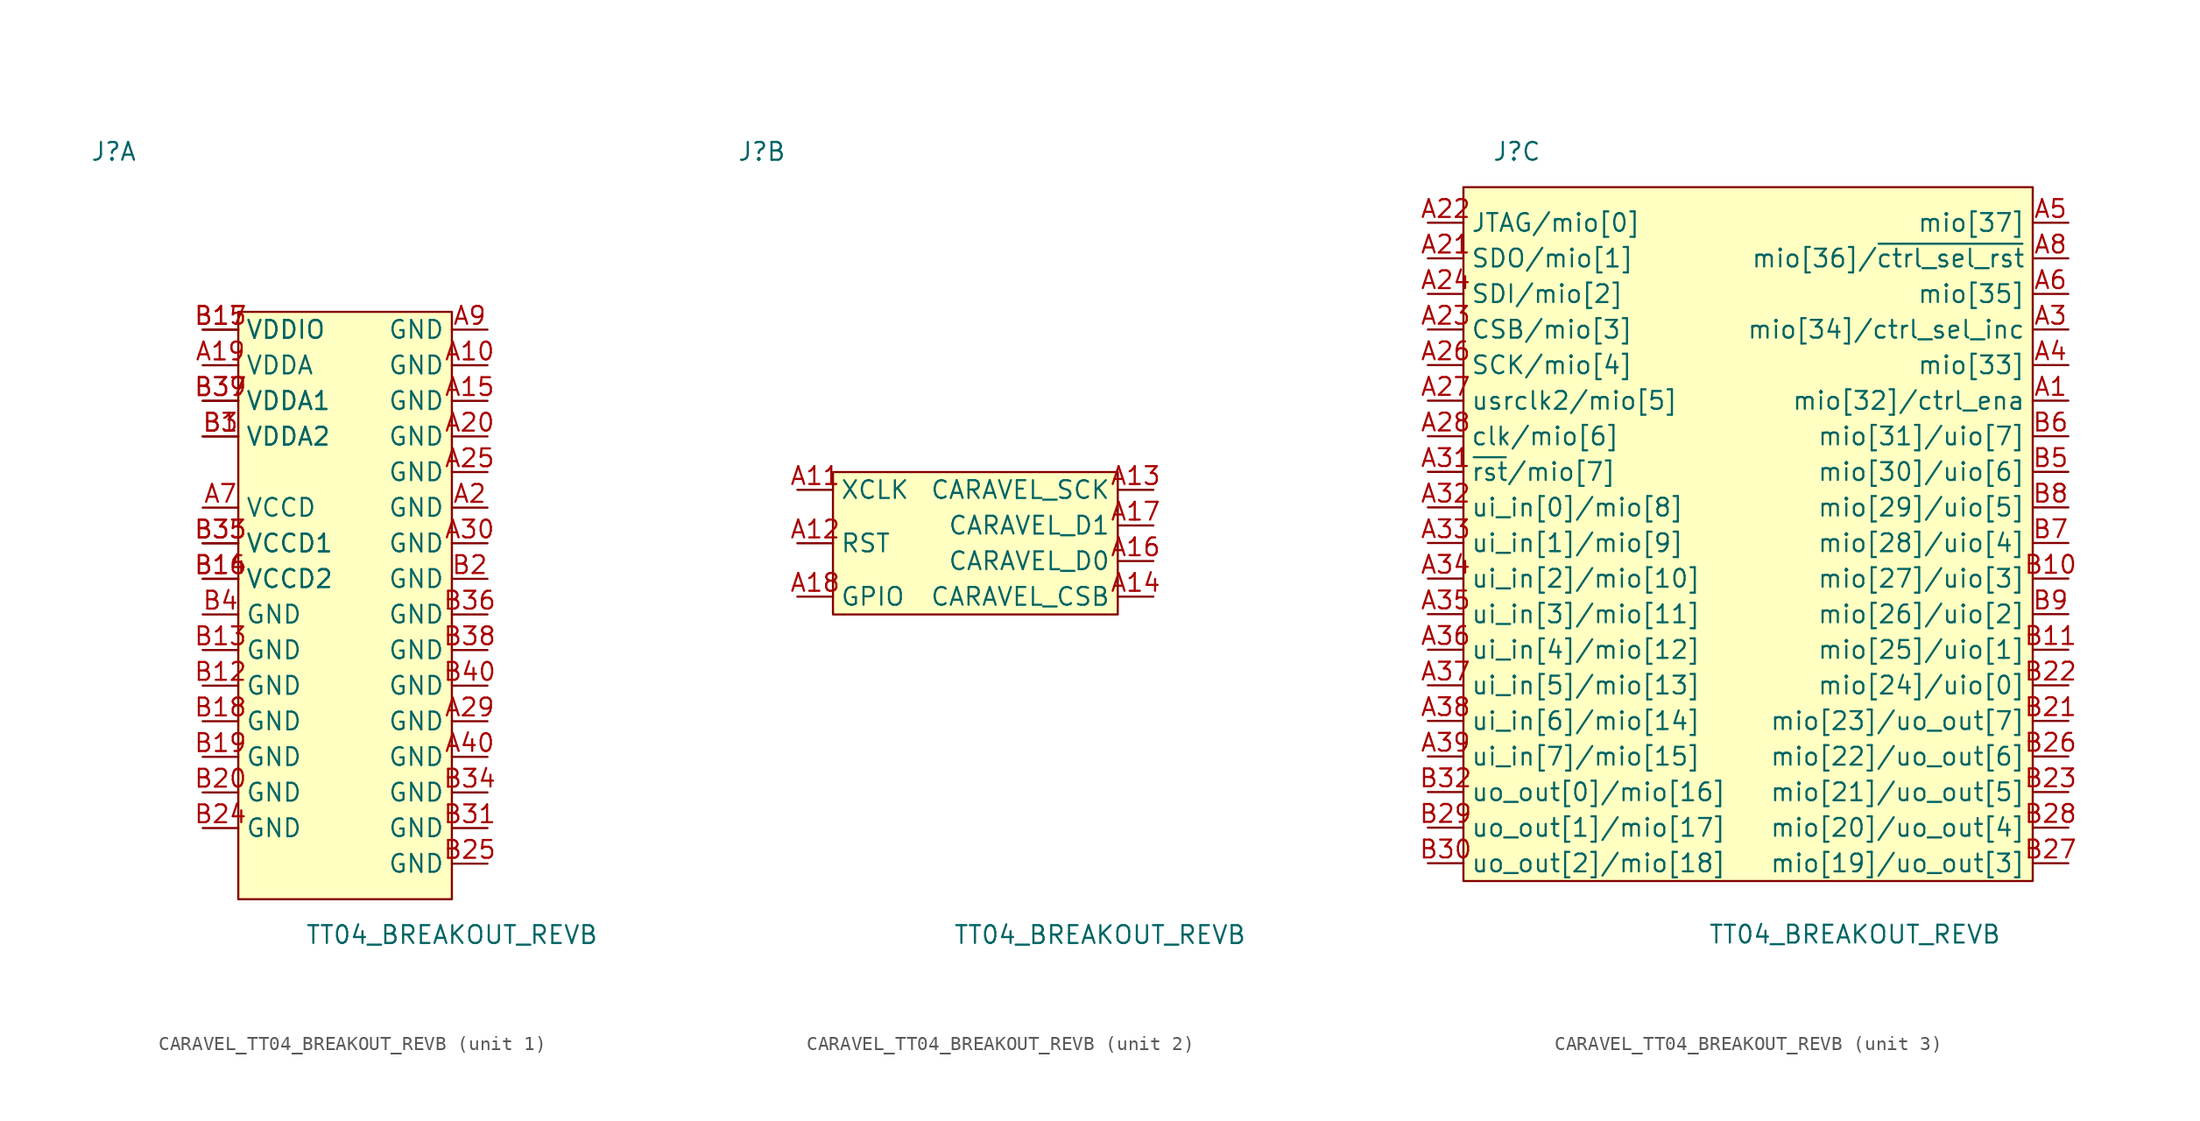
<source format=kicad_sym>
(kicad_symbol_lib
  (version 20231120)
  (generator "kicad_symbol_editor")
  (generator_version "8.0")
  (symbol "CARAVEL_TT04_BREAKOUT_REVB"
    (property "Reference" "J"
      (at -16.51 25.4 0)
      (effects (font (size 1.27 1.27))))
    (property "Value" "TT04_BREAKOUT_REVB"
      (at 7.62 -30.48 0)
      (effects (font (size 1.27 1.27))))
    (property "ki_locked" ""
      (at 0 0 0)
      (effects (font (size 1.27 1.27))))
    (symbol "CARAVEL_TT04_BREAKOUT_REVB_1_1"
      (rectangle (start -7.62 13.97) (end 7.62 -27.94) (stroke (width 0) (type default)) (fill (type background)))
      (pin power_in line (at 10.16 10.16 180) (length 2.54) (name "GND" (effects (font (size 1.27 1.27)))) (number "A10" (effects (font (size 1.27 1.27)))))
      (pin power_in line (at 10.16 7.62 180) (length 2.54) (name "GND" (effects (font (size 1.27 1.27)))) (number "A15" (effects (font (size 1.27 1.27)))))
      (pin power_in line (at -10.16 10.16 0) (length 2.54) (name "VDDA" (effects (font (size 1.27 1.27)))) (number "A19" (effects (font (size 1.27 1.27)))))
      (pin power_in line (at 10.16 0 180) (length 2.54) (name "GND" (effects (font (size 1.27 1.27)))) (number "A2" (effects (font (size 1.27 1.27)))))
      (pin power_in line (at 10.16 5.08 180) (length 2.54) (name "GND" (effects (font (size 1.27 1.27)))) (number "A20" (effects (font (size 1.27 1.27)))))
      (pin power_in line (at 10.16 2.54 180) (length 2.54) (name "GND" (effects (font (size 1.27 1.27)))) (number "A25" (effects (font (size 1.27 1.27)))))
      (pin power_in line (at 10.16 -15.24 180) (length 2.54) (name "GND" (effects (font (size 1.27 1.27)))) (number "A29" (effects (font (size 1.27 1.27)))))
      (pin power_in line (at 10.16 -2.54 180) (length 2.54) (name "GND" (effects (font (size 1.27 1.27)))) (number "A30" (effects (font (size 1.27 1.27)))))
      (pin power_in line (at 10.16 -17.78 180) (length 2.54) (name "GND" (effects (font (size 1.27 1.27)))) (number "A40" (effects (font (size 1.27 1.27)))))
      (pin power_in line (at -10.16 0 0) (length 2.54) (name "VCCD" (effects (font (size 1.27 1.27)))) (number "A7" (effects (font (size 1.27 1.27)))))
      (pin power_in line (at 10.16 12.7 180) (length 2.54) (name "GND" (effects (font (size 1.27 1.27)))) (number "A9" (effects (font (size 1.27 1.27)))))
      (pin power_in line (at -10.16 5.08 0) (length 2.54) (name "VDDA2" (effects (font (size 1.27 1.27)))) (number "B1" (effects (font (size 1.27 1.27)))))
      (pin power_in line (at -10.16 -12.7 0) (length 2.54) (name "GND" (effects (font (size 1.27 1.27)))) (number "B12" (effects (font (size 1.27 1.27)))))
      (pin power_in line (at -10.16 -10.16 0) (length 2.54) (name "GND" (effects (font (size 1.27 1.27)))) (number "B13" (effects (font (size 1.27 1.27)))))
      (pin power_in line (at -10.16 -5.08 0) (length 2.54) (name "VCCD2" (effects (font (size 1.27 1.27)))) (number "B14" (effects (font (size 1.27 1.27)))))
      (pin power_in line (at -10.16 12.7 0) (length 2.54) (name "VDDIO" (effects (font (size 1.27 1.27)))) (number "B15" (effects (font (size 1.27 1.27)))))
      (pin power_in line (at -10.16 -5.08 0) (length 2.54) (name "VCCD2" (effects (font (size 1.27 1.27)))) (number "B16" (effects (font (size 1.27 1.27)))))
      (pin power_in line (at -10.16 12.7 0) (length 2.54) (name "VDDIO" (effects (font (size 1.27 1.27)))) (number "B17" (effects (font (size 1.27 1.27)))))
      (pin power_in line (at -10.16 -15.24 0) (length 2.54) (name "GND" (effects (font (size 1.27 1.27)))) (number "B18" (effects (font (size 1.27 1.27)))))
      (pin power_in line (at -10.16 -17.78 0) (length 2.54) (name "GND" (effects (font (size 1.27 1.27)))) (number "B19" (effects (font (size 1.27 1.27)))))
      (pin power_in line (at 10.16 -5.08 180) (length 2.54) (name "GND" (effects (font (size 1.27 1.27)))) (number "B2" (effects (font (size 1.27 1.27)))))
      (pin power_in line (at -10.16 -20.32 0) (length 2.54) (name "GND" (effects (font (size 1.27 1.27)))) (number "B20" (effects (font (size 1.27 1.27)))))
      (pin power_in line (at -10.16 -22.86 0) (length 2.54) (name "GND" (effects (font (size 1.27 1.27)))) (number "B24" (effects (font (size 1.27 1.27)))))
      (pin power_in line (at 10.16 -25.4 180) (length 2.54) (name "GND" (effects (font (size 1.27 1.27)))) (number "B25" (effects (font (size 1.27 1.27)))))
      (pin power_in line (at -10.16 5.08 0) (length 2.54) (name "VDDA2" (effects (font (size 1.27 1.27)))) (number "B3" (effects (font (size 1.27 1.27)))))
      (pin power_in line (at 10.16 -22.86 180) (length 2.54) (name "GND" (effects (font (size 1.27 1.27)))) (number "B31" (effects (font (size 1.27 1.27)))))
      (pin power_in line (at -10.16 -2.54 0) (length 2.54) (name "VCCD1" (effects (font (size 1.27 1.27)))) (number "B33" (effects (font (size 1.27 1.27)))))
      (pin power_in line (at 10.16 -20.32 180) (length 2.54) (name "GND" (effects (font (size 1.27 1.27)))) (number "B34" (effects (font (size 1.27 1.27)))))
      (pin power_in line (at -10.16 -2.54 0) (length 2.54) (name "VCCD1" (effects (font (size 1.27 1.27)))) (number "B35" (effects (font (size 1.27 1.27)))))
      (pin power_in line (at 10.16 -7.62 180) (length 2.54) (name "GND" (effects (font (size 1.27 1.27)))) (number "B36" (effects (font (size 1.27 1.27)))))
      (pin power_in line (at -10.16 7.62 0) (length 2.54) (name "VDDA1" (effects (font (size 1.27 1.27)))) (number "B37" (effects (font (size 1.27 1.27)))))
      (pin power_in line (at 10.16 -10.16 180) (length 2.54) (name "GND" (effects (font (size 1.27 1.27)))) (number "B38" (effects (font (size 1.27 1.27)))))
      (pin power_in line (at -10.16 7.62 0) (length 2.54) (name "VDDA1" (effects (font (size 1.27 1.27)))) (number "B39" (effects (font (size 1.27 1.27)))))
      (pin power_in line (at -10.16 -7.62 0) (length 2.54) (name "GND" (effects (font (size 1.27 1.27)))) (number "B4" (effects (font (size 1.27 1.27)))))
      (pin power_in line (at 10.16 -12.7 180) (length 2.54) (name "GND" (effects (font (size 1.27 1.27)))) (number "B40" (effects (font (size 1.27 1.27))))))
    (symbol "CARAVEL_TT04_BREAKOUT_REVB_2_1"
      (rectangle (start -11.43 2.54) (end 8.89 -7.62) (stroke (width 0) (type default)) (fill (type background)))
      (pin input line (at -13.97 1.27 0) (length 2.54) (name "XCLK" (effects (font (size 1.27 1.27)))) (number "A11" (effects (font (size 1.27 1.27)))))
      (pin input line (at -13.97 -2.54 0) (length 2.54) (name "RST" (effects (font (size 1.27 1.27)))) (number "A12" (effects (font (size 1.27 1.27)))))
      (pin input line (at 11.43 1.27 180) (length 2.54) (name "CARAVEL_SCK" (effects (font (size 1.27 1.27)))) (number "A13" (effects (font (size 1.27 1.27)))))
      (pin input line (at 11.43 -6.35 180) (length 2.54) (name "CARAVEL_CSB" (effects (font (size 1.27 1.27)))) (number "A14" (effects (font (size 1.27 1.27)))))
      (pin bidirectional line (at 11.43 -3.81 180) (length 2.54) (name "CARAVEL_D0" (effects (font (size 1.27 1.27)))) (number "A16" (effects (font (size 1.27 1.27)))))
      (pin bidirectional line (at 11.43 -1.27 180) (length 2.54) (name "CARAVEL_D1" (effects (font (size 1.27 1.27)))) (number "A17" (effects (font (size 1.27 1.27)))))
      (pin input line (at -13.97 -6.35 0) (length 2.54) (name "GPIO" (effects (font (size 1.27 1.27)))) (number "A18" (effects (font (size 1.27 1.27))))))
    (symbol "CARAVEL_TT04_BREAKOUT_REVB_3_1"
      (rectangle (start -20.32 22.86) (end 20.32 -26.67) (stroke (width 0) (type default)) (fill (type background)))
      (pin input line (at 22.86 7.62 180) (length 2.54) (name "mio[32]/ctrl_ena" (effects (font (size 1.27 1.27)))) (number "A1" (effects (font (size 1.27 1.27)))))
      (pin bidirectional line (at -22.86 17.78 0) (length 2.54) (name "SDO/mio[1]" (effects (font (size 1.27 1.27)))) (number "A21" (effects (font (size 1.27 1.27)))))
      (pin bidirectional line (at -22.86 20.32 0) (length 2.54) (name "JTAG/mio[0]" (effects (font (size 1.27 1.27)))) (number "A22" (effects (font (size 1.27 1.27)))))
      (pin bidirectional line (at -22.86 12.7 0) (length 2.54) (name "CSB/mio[3]" (effects (font (size 1.27 1.27)))) (number "A23" (effects (font (size 1.27 1.27)))))
      (pin bidirectional line (at -22.86 15.24 0) (length 2.54) (name "SDI/mio[2]" (effects (font (size 1.27 1.27)))) (number "A24" (effects (font (size 1.27 1.27)))))
      (pin bidirectional line (at -22.86 10.16 0) (length 2.54) (name "SCK/mio[4]" (effects (font (size 1.27 1.27)))) (number "A26" (effects (font (size 1.27 1.27)))))
      (pin output line (at -22.86 7.62 0) (length 2.54) (name "usrclk2/mio[5]" (effects (font (size 1.27 1.27)))) (number "A27" (effects (font (size 1.27 1.27)))))
      (pin input line (at -22.86 5.08 0) (length 2.54) (name "clk/mio[6]" (effects (font (size 1.27 1.27)))) (number "A28" (effects (font (size 1.27 1.27)))))
      (pin input line (at 22.86 12.7 180) (length 2.54) (name "mio[34]/ctrl_sel_inc" (effects (font (size 1.27 1.27)))) (number "A3" (effects (font (size 1.27 1.27)))))
      (pin input line (at -22.86 2.54 0) (length 2.54) (name "~{rst}/mio[7]" (effects (font (size 1.27 1.27)))) (number "A31" (effects (font (size 1.27 1.27)))))
      (pin input line (at -22.86 0 0) (length 2.54) (name "ui_in[0]/mio[8]" (effects (font (size 1.27 1.27)))) (number "A32" (effects (font (size 1.27 1.27)))))
      (pin input line (at -22.86 -2.54 0) (length 2.54) (name "ui_in[1]/mio[9]" (effects (font (size 1.27 1.27)))) (number "A33" (effects (font (size 1.27 1.27)))))
      (pin input line (at -22.86 -5.08 0) (length 2.54) (name "ui_in[2]/mio[10]" (effects (font (size 1.27 1.27)))) (number "A34" (effects (font (size 1.27 1.27)))))
      (pin input line (at -22.86 -7.62 0) (length 2.54) (name "ui_in[3]/mio[11]" (effects (font (size 1.27 1.27)))) (number "A35" (effects (font (size 1.27 1.27)))))
      (pin input line (at -22.86 -10.16 0) (length 2.54) (name "ui_in[4]/mio[12]" (effects (font (size 1.27 1.27)))) (number "A36" (effects (font (size 1.27 1.27)))))
      (pin input line (at -22.86 -12.7 0) (length 2.54) (name "ui_in[5]/mio[13]" (effects (font (size 1.27 1.27)))) (number "A37" (effects (font (size 1.27 1.27)))))
      (pin input line (at -22.86 -15.24 0) (length 2.54) (name "ui_in[6]/mio[14]" (effects (font (size 1.27 1.27)))) (number "A38" (effects (font (size 1.27 1.27)))))
      (pin input line (at -22.86 -17.78 0) (length 2.54) (name "ui_in[7]/mio[15]" (effects (font (size 1.27 1.27)))) (number "A39" (effects (font (size 1.27 1.27)))))
      (pin bidirectional line (at 22.86 10.16 180) (length 2.54) (name "mio[33]" (effects (font (size 1.27 1.27)))) (number "A4" (effects (font (size 1.27 1.27)))))
      (pin bidirectional line (at 22.86 20.32 180) (length 2.54) (name "mio[37]" (effects (font (size 1.27 1.27)))) (number "A5" (effects (font (size 1.27 1.27)))))
      (pin bidirectional line (at 22.86 15.24 180) (length 2.54) (name "mio[35]" (effects (font (size 1.27 1.27)))) (number "A6" (effects (font (size 1.27 1.27)))))
      (pin input line (at 22.86 17.78 180) (length 2.54) (name "mio[36]/~{ctrl_sel_rst}" (effects (font (size 1.27 1.27)))) (number "A8" (effects (font (size 1.27 1.27)))))
      (pin bidirectional line (at 22.86 -5.08 180) (length 2.54) (name "mio[27]/uio[3]" (effects (font (size 1.27 1.27)))) (number "B10" (effects (font (size 1.27 1.27)))))
      (pin bidirectional line (at 22.86 -10.16 180) (length 2.54) (name "mio[25]/uio[1]" (effects (font (size 1.27 1.27)))) (number "B11" (effects (font (size 1.27 1.27)))))
      (pin output line (at 22.86 -15.24 180) (length 2.54) (name "mio[23]/uo_out[7]" (effects (font (size 1.27 1.27)))) (number "B21" (effects (font (size 1.27 1.27)))))
      (pin bidirectional line (at 22.86 -12.7 180) (length 2.54) (name "mio[24]/uio[0]" (effects (font (size 1.27 1.27)))) (number "B22" (effects (font (size 1.27 1.27)))))
      (pin output line (at 22.86 -20.32 180) (length 2.54) (name "mio[21]/uo_out[5]" (effects (font (size 1.27 1.27)))) (number "B23" (effects (font (size 1.27 1.27)))))
      (pin output line (at 22.86 -17.78 180) (length 2.54) (name "mio[22]/uo_out[6]" (effects (font (size 1.27 1.27)))) (number "B26" (effects (font (size 1.27 1.27)))))
      (pin output line (at 22.86 -25.4 180) (length 2.54) (name "mio[19]/uo_out[3]" (effects (font (size 1.27 1.27)))) (number "B27" (effects (font (size 1.27 1.27)))))
      (pin output line (at 22.86 -22.86 180) (length 2.54) (name "mio[20]/uo_out[4]" (effects (font (size 1.27 1.27)))) (number "B28" (effects (font (size 1.27 1.27)))))
      (pin output line (at -22.86 -22.86 0) (length 2.54) (name "uo_out[1]/mio[17]" (effects (font (size 1.27 1.27)))) (number "B29" (effects (font (size 1.27 1.27)))))
      (pin output line (at -22.86 -25.4 0) (length 2.54) (name "uo_out[2]/mio[18]" (effects (font (size 1.27 1.27)))) (number "B30" (effects (font (size 1.27 1.27)))))
      (pin output line (at -22.86 -20.32 0) (length 2.54) (name "uo_out[0]/mio[16]" (effects (font (size 1.27 1.27)))) (number "B32" (effects (font (size 1.27 1.27)))))
      (pin bidirectional line (at 22.86 2.54 180) (length 2.54) (name "mio[30]/uio[6]" (effects (font (size 1.27 1.27)))) (number "B5" (effects (font (size 1.27 1.27)))))
      (pin bidirectional line (at 22.86 5.08 180) (length 2.54) (name "mio[31]/uio[7]" (effects (font (size 1.27 1.27)))) (number "B6" (effects (font (size 1.27 1.27)))))
      (pin bidirectional line (at 22.86 -2.54 180) (length 2.54) (name "mio[28]/uio[4]" (effects (font (size 1.27 1.27)))) (number "B7" (effects (font (size 1.27 1.27)))))
      (pin bidirectional line (at 22.86 0 180) (length 2.54) (name "mio[29]/uio[5]" (effects (font (size 1.27 1.27)))) (number "B8" (effects (font (size 1.27 1.27)))))
      (pin bidirectional line (at 22.86 -7.62 180) (length 2.54) (name "mio[26]/uio[2]" (effects (font (size 1.27 1.27)))) (number "B9" (effects (font (size 1.27 1.27))))))))
</source>
